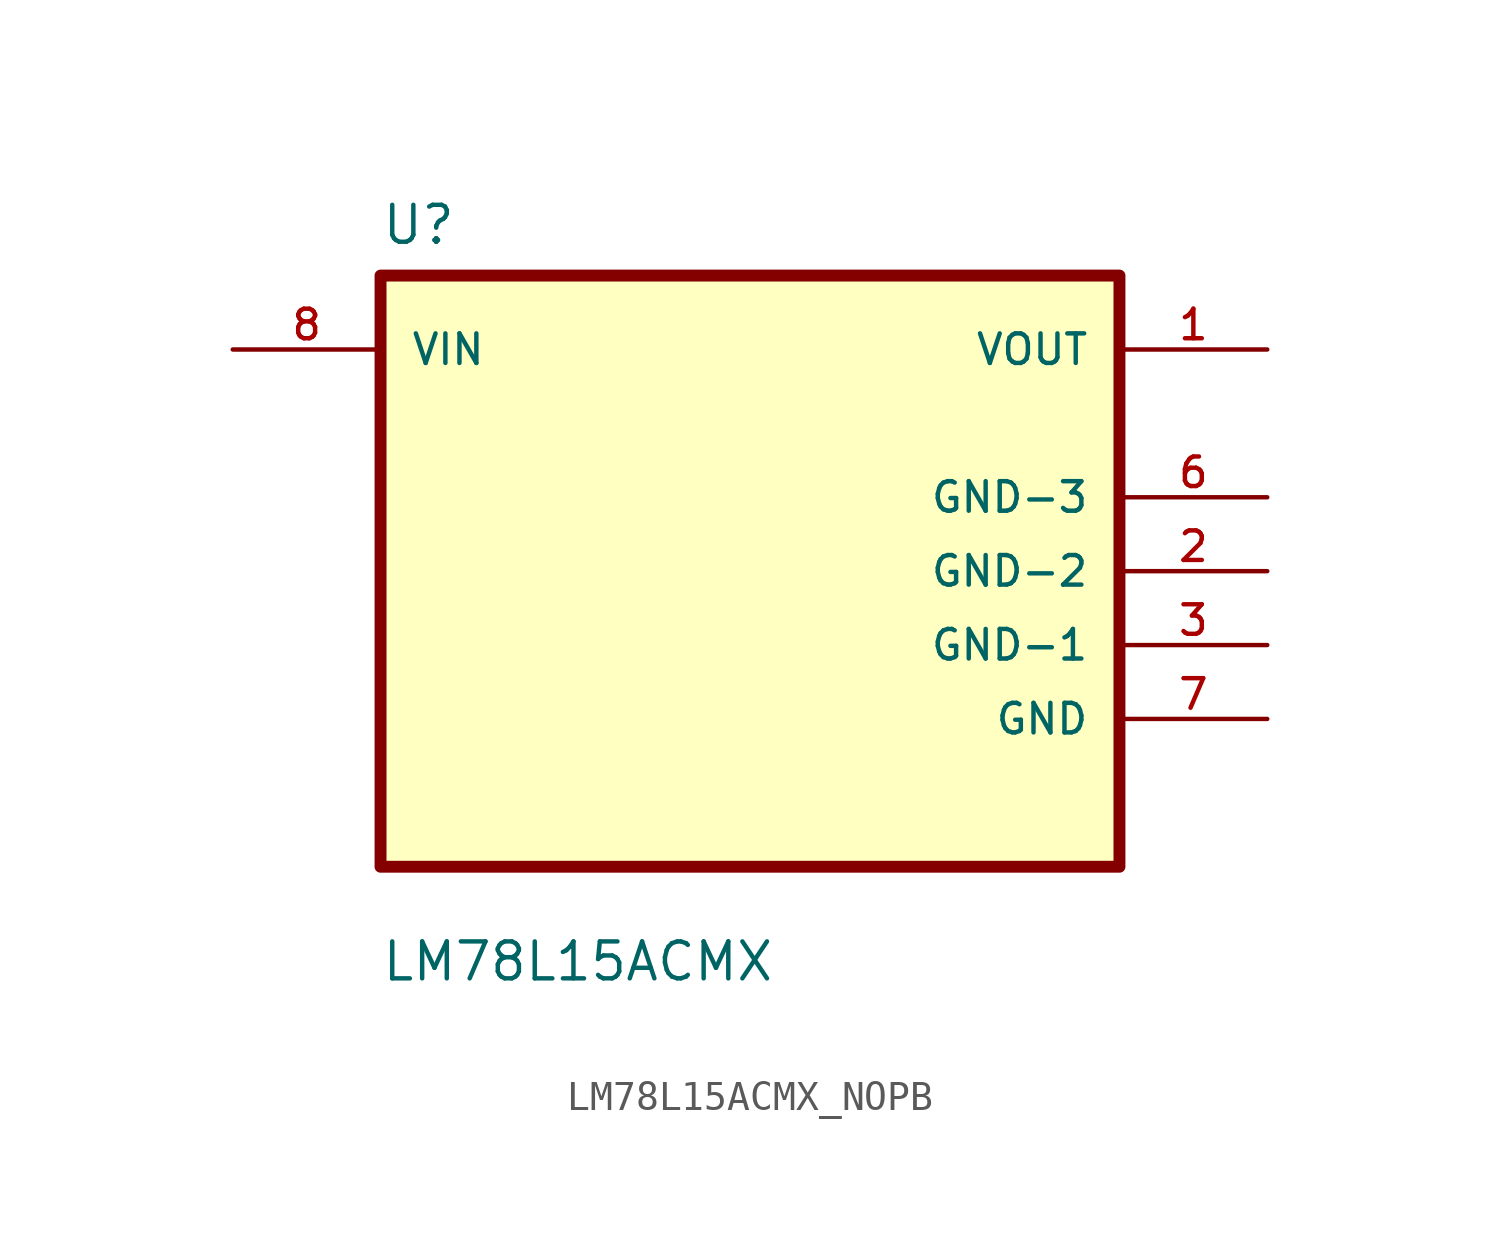
<source format=kicad_sym>
(kicad_symbol_lib
  (version 20241209)
  (generator "kicad_symbol_editor")
  (generator_version "9.0")
  (symbol "LM78L15ACMX_NOPB"
    (pin_names
      (offset 1.016))
    (property "Reference" "U"
      (at -12.7 9.89 0)
      (effects (font (size 1.27 1.27)) (justify left bottom)))
    (property "Value" "LM78L15ACMX"
      (at -12.7 -15.43 0)
      (effects (font (size 1.27 1.27)) (justify left bottom)))
    (symbol "LM78L15ACMX_NOPB_0_0"
      (rectangle (start -12.7 -11.43) (end 12.7 8.89) (stroke (width 0.41) (type default)) (fill (type background)))
      (pin input line (at -17.78 6.35 0) (length 5.08) (name "VIN" (effects (font (size 1.016 1.016)))) (number "8" (effects (font (size 1.016 1.016)))))
      (pin output line (at 17.78 6.35 180) (length 5.08) (name "VOUT" (effects (font (size 1.016 1.016)))) (number "1" (effects (font (size 1.016 1.016)))))
      (pin power_in line (at 17.78 1.27 180) (length 5.08) (name "GND-3" (effects (font (size 1.016 1.016)))) (number "6" (effects (font (size 1.016 1.016)))))
      (pin power_in line (at 17.78 -1.27 180) (length 5.08) (name "GND-2" (effects (font (size 1.016 1.016)))) (number "2" (effects (font (size 1.016 1.016)))))
      (pin power_in line (at 17.78 -3.81 180) (length 5.08) (name "GND-1" (effects (font (size 1.016 1.016)))) (number "3" (effects (font (size 1.016 1.016)))))
      (pin power_in line (at 17.78 -6.35 180) (length 5.08) (name "GND" (effects (font (size 1.016 1.016)))) (number "7" (effects (font (size 1.016 1.016))))))))
</source>
